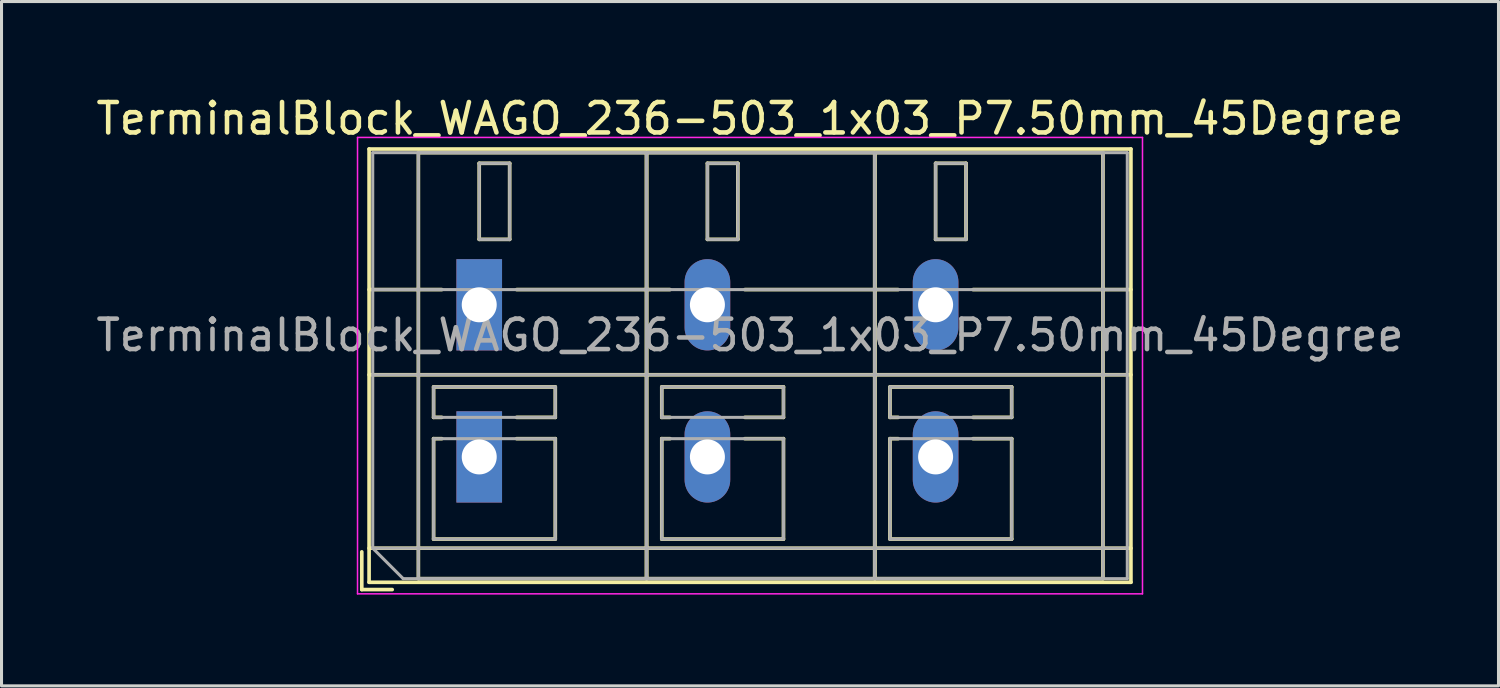
<source format=kicad_pcb>
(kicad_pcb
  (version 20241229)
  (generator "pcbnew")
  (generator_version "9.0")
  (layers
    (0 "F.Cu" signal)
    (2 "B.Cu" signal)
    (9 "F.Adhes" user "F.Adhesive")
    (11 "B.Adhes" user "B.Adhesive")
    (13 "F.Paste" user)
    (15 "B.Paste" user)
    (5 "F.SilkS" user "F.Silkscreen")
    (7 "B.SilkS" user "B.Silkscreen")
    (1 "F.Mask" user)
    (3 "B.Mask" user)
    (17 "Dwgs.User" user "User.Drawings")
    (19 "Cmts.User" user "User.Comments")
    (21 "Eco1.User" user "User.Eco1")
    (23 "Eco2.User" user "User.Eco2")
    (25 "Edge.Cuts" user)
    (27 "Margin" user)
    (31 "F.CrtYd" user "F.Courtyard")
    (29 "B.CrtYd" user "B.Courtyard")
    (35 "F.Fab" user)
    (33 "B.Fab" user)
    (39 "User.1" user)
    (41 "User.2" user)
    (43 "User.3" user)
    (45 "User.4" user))
  (footprint "TerminalBlock_WAGO_236-503_1x03_P7.50mm_45Degree"
    (layer "F.Cu")
    (at 12.701 6.968)
    (property "Reference" "TerminalBlock_WAGO_236-503_1x03_P7.50mm_45Degree" (at 8.9 -6.12 0) (layer "F.SilkS") (effects (font (size 1 1) (thickness 0.15))))
    (attr through_hole)
    (fp_line (start -3.86 8.12) (end -3.86 9.36) (stroke (width 0.12) (type solid)) (layer "F.SilkS"))
    (fp_line (start -3.86 9.36) (end -2.86 9.36) (stroke (width 0.12) (type solid)) (layer "F.SilkS"))
    (fp_line (start -3.62 -5.12) (end -3.62 9.12) (stroke (width 0.12) (type solid)) (layer "F.SilkS"))
    (fp_line (start -3.62 -5.12) (end 21.42 -5.12) (stroke (width 0.12) (type solid)) (layer "F.SilkS"))
    (fp_line (start -3.62 -0.5) (end -1.23 -0.5) (stroke (width 0.12) (type solid)) (layer "F.SilkS"))
    (fp_line (start -3.62 2.3) (end 21.42 2.3) (stroke (width 0.12) (type solid)) (layer "F.SilkS"))
    (fp_line (start -3.62 8) (end 21.42 8) (stroke (width 0.12) (type solid)) (layer "F.SilkS"))
    (fp_line (start -3.62 9.12) (end 21.42 9.12) (stroke (width 0.12) (type solid)) (layer "F.SilkS"))
    (fp_line (start -2 -5) (end -2 9) (stroke (width 0.12) (type solid)) (layer "F.SilkS"))
    (fp_line (start -2 -5) (end 5.5 -5) (stroke (width 0.12) (type solid)) (layer "F.SilkS"))
    (fp_line (start -2 9) (end 5.5 9) (stroke (width 0.12) (type solid)) (layer "F.SilkS"))
    (fp_line (start -1.5 2.7) (end -1.5 3.7) (stroke (width 0.12) (type solid)) (layer "F.SilkS"))
    (fp_line (start -1.5 2.7) (end 2.5 2.7) (stroke (width 0.12) (type solid)) (layer "F.SilkS"))
    (fp_line (start -1.5 3.7) (end -1.23 3.7) (stroke (width 0.12) (type solid)) (layer "F.SilkS"))
    (fp_line (start -1.5 4.4) (end -1.5 7.7) (stroke (width 0.12) (type solid)) (layer "F.SilkS"))
    (fp_line (start -1.5 4.4) (end -1.23 4.4) (stroke (width 0.12) (type solid)) (layer "F.SilkS"))
    (fp_line (start -1.5 7.7) (end 2.5 7.7) (stroke (width 0.12) (type solid)) (layer "F.SilkS"))
    (fp_line (start 0 -4.65) (end 0 -2.151) (stroke (width 0.12) (type solid)) (layer "F.SilkS"))
    (fp_line (start 0 -4.65) (end 1 -4.65) (stroke (width 0.12) (type solid)) (layer "F.SilkS"))
    (fp_line (start 0 -2.151) (end 1 -2.151) (stroke (width 0.12) (type solid)) (layer "F.SilkS"))
    (fp_line (start 1 -4.65) (end 1 -2.151) (stroke (width 0.12) (type solid)) (layer "F.SilkS"))
    (fp_line (start 1.23 -0.5) (end 6.27 -0.5) (stroke (width 0.12) (type solid)) (layer "F.SilkS"))
    (fp_line (start 1.23 3.7) (end 2.5 3.7) (stroke (width 0.12) (type solid)) (layer "F.SilkS"))
    (fp_line (start 1.23 4.4) (end 2.5 4.4) (stroke (width 0.12) (type solid)) (layer "F.SilkS"))
    (fp_line (start 2.5 2.7) (end 2.5 3.7) (stroke (width 0.12) (type solid)) (layer "F.SilkS"))
    (fp_line (start 2.5 4.4) (end 2.5 7.7) (stroke (width 0.12) (type solid)) (layer "F.SilkS"))
    (fp_line (start 5.5 -5) (end 5.5 9) (stroke (width 0.12) (type solid)) (layer "F.SilkS"))
    (fp_line (start 5.5 -5) (end 5.5 9) (stroke (width 0.12) (type solid)) (layer "F.SilkS"))
    (fp_line (start 5.5 -5) (end 13 -5) (stroke (width 0.12) (type solid)) (layer "F.SilkS"))
    (fp_line (start 5.5 9) (end 13 9) (stroke (width 0.12) (type solid)) (layer "F.SilkS"))
    (fp_line (start 6 2.7) (end 6 3.7) (stroke (width 0.12) (type solid)) (layer "F.SilkS"))
    (fp_line (start 6 2.7) (end 10 2.7) (stroke (width 0.12) (type solid)) (layer "F.SilkS"))
    (fp_line (start 6 3.7) (end 6.27 3.7) (stroke (width 0.12) (type solid)) (layer "F.SilkS"))
    (fp_line (start 6 4.4) (end 6 7.7) (stroke (width 0.12) (type solid)) (layer "F.SilkS"))
    (fp_line (start 6 4.4) (end 6.27 4.4) (stroke (width 0.12) (type solid)) (layer "F.SilkS"))
    (fp_line (start 6 7.7) (end 10 7.7) (stroke (width 0.12) (type solid)) (layer "F.SilkS"))
    (fp_line (start 7.5 -4.65) (end 7.5 -2.151) (stroke (width 0.12) (type solid)) (layer "F.SilkS"))
    (fp_line (start 7.5 -4.65) (end 8.5 -4.65) (stroke (width 0.12) (type solid)) (layer "F.SilkS"))
    (fp_line (start 7.5 -2.151) (end 8.5 -2.151) (stroke (width 0.12) (type solid)) (layer "F.SilkS"))
    (fp_line (start 8.5 -4.65) (end 8.5 -2.151) (stroke (width 0.12) (type solid)) (layer "F.SilkS"))
    (fp_line (start 8.73 -0.5) (end 13.77 -0.5) (stroke (width 0.12) (type solid)) (layer "F.SilkS"))
    (fp_line (start 8.73 3.7) (end 10 3.7) (stroke (width 0.12) (type solid)) (layer "F.SilkS"))
    (fp_line (start 8.73 4.4) (end 10 4.4) (stroke (width 0.12) (type solid)) (layer "F.SilkS"))
    (fp_line (start 10 2.7) (end 10 3.7) (stroke (width 0.12) (type solid)) (layer "F.SilkS"))
    (fp_line (start 10 4.4) (end 10 7.7) (stroke (width 0.12) (type solid)) (layer "F.SilkS"))
    (fp_line (start 13 -5) (end 13 9) (stroke (width 0.12) (type solid)) (layer "F.SilkS"))
    (fp_line (start 13 -5) (end 13 9) (stroke (width 0.12) (type solid)) (layer "F.SilkS"))
    (fp_line (start 13 -5) (end 20.5 -5) (stroke (width 0.12) (type solid)) (layer "F.SilkS"))
    (fp_line (start 13 9) (end 20.5 9) (stroke (width 0.12) (type solid)) (layer "F.SilkS"))
    (fp_line (start 13.5 2.7) (end 13.5 3.7) (stroke (width 0.12) (type solid)) (layer "F.SilkS"))
    (fp_line (start 13.5 2.7) (end 17.5 2.7) (stroke (width 0.12) (type solid)) (layer "F.SilkS"))
    (fp_line (start 13.5 3.7) (end 13.77 3.7) (stroke (width 0.12) (type solid)) (layer "F.SilkS"))
    (fp_line (start 13.5 4.4) (end 13.5 7.7) (stroke (width 0.12) (type solid)) (layer "F.SilkS"))
    (fp_line (start 13.5 4.4) (end 13.77 4.4) (stroke (width 0.12) (type solid)) (layer "F.SilkS"))
    (fp_line (start 13.5 7.7) (end 17.5 7.7) (stroke (width 0.12) (type solid)) (layer "F.SilkS"))
    (fp_line (start 15 -4.65) (end 15 -2.151) (stroke (width 0.12) (type solid)) (layer "F.SilkS"))
    (fp_line (start 15 -4.65) (end 16 -4.65) (stroke (width 0.12) (type solid)) (layer "F.SilkS"))
    (fp_line (start 15 -2.151) (end 16 -2.151) (stroke (width 0.12) (type solid)) (layer "F.SilkS"))
    (fp_line (start 16 -4.65) (end 16 -2.151) (stroke (width 0.12) (type solid)) (layer "F.SilkS"))
    (fp_line (start 16.23 -0.5) (end 21.42 -0.5) (stroke (width 0.12) (type solid)) (layer "F.SilkS"))
    (fp_line (start 16.23 3.7) (end 17.5 3.7) (stroke (width 0.12) (type solid)) (layer "F.SilkS"))
    (fp_line (start 16.23 4.4) (end 17.5 4.4) (stroke (width 0.12) (type solid)) (layer "F.SilkS"))
    (fp_line (start 17.5 2.7) (end 17.5 3.7) (stroke (width 0.12) (type solid)) (layer "F.SilkS"))
    (fp_line (start 17.5 4.4) (end 17.5 7.7) (stroke (width 0.12) (type solid)) (layer "F.SilkS"))
    (fp_line (start 20.5 -5) (end 20.5 9) (stroke (width 0.12) (type solid)) (layer "F.SilkS"))
    (fp_line (start 21.42 -5.12) (end 21.42 9.12) (stroke (width 0.12) (type solid)) (layer "F.SilkS"))
    (fp_line (start -4 -5.5) (end -4 9.5) (stroke (width 0.05) (type solid)) (layer "F.CrtYd"))
    (fp_line (start -4 9.5) (end 21.8 9.5) (stroke (width 0.05) (type solid)) (layer "F.CrtYd"))
    (fp_line (start 21.8 -5.5) (end -4 -5.5) (stroke (width 0.05) (type solid)) (layer "F.CrtYd"))
    (fp_line (start 21.8 9.5) (end 21.8 -5.5) (stroke (width 0.05) (type solid)) (layer "F.CrtYd"))
    (fp_line (start -3.5 -5) (end 21.3 -5) (stroke (width 0.1) (type solid)) (layer "F.Fab"))
    (fp_line (start -3.5 -0.5) (end 21.3 -0.5) (stroke (width 0.1) (type solid)) (layer "F.Fab"))
    (fp_line (start -3.5 2.3) (end 21.3 2.3) (stroke (width 0.1) (type solid)) (layer "F.Fab"))
    (fp_line (start -3.5 8) (end -3.5 -5) (stroke (width 0.1) (type solid)) (layer "F.Fab"))
    (fp_line (start -3.5 8) (end 21.3 8) (stroke (width 0.1) (type solid)) (layer "F.Fab"))
    (fp_line (start -2.5 9) (end -3.5 8) (stroke (width 0.1) (type solid)) (layer "F.Fab"))
    (fp_line (start -2 -5) (end -2 9) (stroke (width 0.1) (type solid)) (layer "F.Fab"))
    (fp_line (start -2 9) (end 5.5 9) (stroke (width 0.1) (type solid)) (layer "F.Fab"))
    (fp_line (start -1.5 2.7) (end -1.5 3.7) (stroke (width 0.1) (type solid)) (layer "F.Fab"))
    (fp_line (start -1.5 3.7) (end 2.5 3.7) (stroke (width 0.1) (type solid)) (layer "F.Fab"))
    (fp_line (start -1.5 4.4) (end -1.5 7.7) (stroke (width 0.1) (type solid)) (layer "F.Fab"))
    (fp_line (start -1.5 7.7) (end 2.5 7.7) (stroke (width 0.1) (type solid)) (layer "F.Fab"))
    (fp_line (start 0 -4.65) (end 0 -2.15) (stroke (width 0.1) (type solid)) (layer "F.Fab"))
    (fp_line (start 0 -2.15) (end 1 -2.15) (stroke (width 0.1) (type solid)) (layer "F.Fab"))
    (fp_line (start 1 -4.65) (end 0 -4.65) (stroke (width 0.1) (type solid)) (layer "F.Fab"))
    (fp_line (start 1 -2.15) (end 1 -4.65) (stroke (width 0.1) (type solid)) (layer "F.Fab"))
    (fp_line (start 2.5 2.7) (end -1.5 2.7) (stroke (width 0.1) (type solid)) (layer "F.Fab"))
    (fp_line (start 2.5 3.7) (end 2.5 2.7) (stroke (width 0.1) (type solid)) (layer "F.Fab"))
    (fp_line (start 2.5 4.4) (end -1.5 4.4) (stroke (width 0.1) (type solid)) (layer "F.Fab"))
    (fp_line (start 2.5 7.7) (end 2.5 4.4) (stroke (width 0.1) (type solid)) (layer "F.Fab"))
    (fp_line (start 5.5 -5) (end -2 -5) (stroke (width 0.1) (type solid)) (layer "F.Fab"))
    (fp_line (start 5.5 -5) (end 5.5 9) (stroke (width 0.1) (type solid)) (layer "F.Fab"))
    (fp_line (start 5.5 9) (end 5.5 -5) (stroke (width 0.1) (type solid)) (layer "F.Fab"))
    (fp_line (start 5.5 9) (end 13 9) (stroke (width 0.1) (type solid)) (layer "F.Fab"))
    (fp_line (start 6 2.7) (end 6 3.7) (stroke (width 0.1) (type solid)) (layer "F.Fab"))
    (fp_line (start 6 3.7) (end 10 3.7) (stroke (width 0.1) (type solid)) (layer "F.Fab"))
    (fp_line (start 6 4.4) (end 6 7.7) (stroke (width 0.1) (type solid)) (layer "F.Fab"))
    (fp_line (start 6 7.7) (end 10 7.7) (stroke (width 0.1) (type solid)) (layer "F.Fab"))
    (fp_line (start 7.5 -4.65) (end 7.5 -2.15) (stroke (width 0.1) (type solid)) (layer "F.Fab"))
    (fp_line (start 7.5 -2.15) (end 8.5 -2.15) (stroke (width 0.1) (type solid)) (layer "F.Fab"))
    (fp_line (start 8.5 -4.65) (end 7.5 -4.65) (stroke (width 0.1) (type solid)) (layer "F.Fab"))
    (fp_line (start 8.5 -2.15) (end 8.5 -4.65) (stroke (width 0.1) (type solid)) (layer "F.Fab"))
    (fp_line (start 10 2.7) (end 6 2.7) (stroke (width 0.1) (type solid)) (layer "F.Fab"))
    (fp_line (start 10 3.7) (end 10 2.7) (stroke (width 0.1) (type solid)) (layer "F.Fab"))
    (fp_line (start 10 4.4) (end 6 4.4) (stroke (width 0.1) (type solid)) (layer "F.Fab"))
    (fp_line (start 10 7.7) (end 10 4.4) (stroke (width 0.1) (type solid)) (layer "F.Fab"))
    (fp_line (start 13 -5) (end 5.5 -5) (stroke (width 0.1) (type solid)) (layer "F.Fab"))
    (fp_line (start 13 -5) (end 13 9) (stroke (width 0.1) (type solid)) (layer "F.Fab"))
    (fp_line (start 13 9) (end 13 -5) (stroke (width 0.1) (type solid)) (layer "F.Fab"))
    (fp_line (start 13 9) (end 20.5 9) (stroke (width 0.1) (type solid)) (layer "F.Fab"))
    (fp_line (start 13.5 2.7) (end 13.5 3.7) (stroke (width 0.1) (type solid)) (layer "F.Fab"))
    (fp_line (start 13.5 3.7) (end 17.5 3.7) (stroke (width 0.1) (type solid)) (layer "F.Fab"))
    (fp_line (start 13.5 4.4) (end 13.5 7.7) (stroke (width 0.1) (type solid)) (layer "F.Fab"))
    (fp_line (start 13.5 7.7) (end 17.5 7.7) (stroke (width 0.1) (type solid)) (layer "F.Fab"))
    (fp_line (start 15 -4.65) (end 15 -2.15) (stroke (width 0.1) (type solid)) (layer "F.Fab"))
    (fp_line (start 15 -2.15) (end 16 -2.15) (stroke (width 0.1) (type solid)) (layer "F.Fab"))
    (fp_line (start 16 -4.65) (end 15 -4.65) (stroke (width 0.1) (type solid)) (layer "F.Fab"))
    (fp_line (start 16 -2.15) (end 16 -4.65) (stroke (width 0.1) (type solid)) (layer "F.Fab"))
    (fp_line (start 17.5 2.7) (end 13.5 2.7) (stroke (width 0.1) (type solid)) (layer "F.Fab"))
    (fp_line (start 17.5 3.7) (end 17.5 2.7) (stroke (width 0.1) (type solid)) (layer "F.Fab"))
    (fp_line (start 17.5 4.4) (end 13.5 4.4) (stroke (width 0.1) (type solid)) (layer "F.Fab"))
    (fp_line (start 17.5 7.7) (end 17.5 4.4) (stroke (width 0.1) (type solid)) (layer "F.Fab"))
    (fp_line (start 20.5 -5) (end 13 -5) (stroke (width 0.1) (type solid)) (layer "F.Fab"))
    (fp_line (start 20.5 9) (end 20.5 -5) (stroke (width 0.1) (type solid)) (layer "F.Fab"))
    (fp_line (start 21.3 -5) (end 21.3 9) (stroke (width 0.1) (type solid)) (layer "F.Fab"))
    (fp_line (start 21.3 9) (end -2.5 9) (stroke (width 0.1) (type solid)) (layer "F.Fab"))
    (fp_text user "${REFERENCE}" (at 8.9 1 0) (layer "F.Fab") (effects (font (size 1 1) (thickness 0.15))))
    (pad "1" thru_hole rect (at 0 0) (size 1.5 3) (drill 1.15) (layers "*.Cu" "*.Mask"))
    (pad "1" thru_hole rect (at 0 5) (size 1.5 3) (drill 1.15) (layers "*.Cu" "*.Mask"))
    (pad "2" thru_hole oval (at 7.5 0) (size 1.5 3) (drill 1.15) (layers "*.Cu" "*.Mask"))
    (pad "2" thru_hole oval (at 7.5 5) (size 1.5 3) (drill 1.15) (layers "*.Cu" "*.Mask"))
    (pad "3" thru_hole oval (at 15 0) (size 1.5 3) (drill 1.15) (layers "*.Cu" "*.Mask"))
    (pad "3" thru_hole oval (at 15 5) (size 1.5 3) (drill 1.15) (layers "*.Cu" "*.Mask")))
  (gr_rect
    (start -3 -3)
    (end 46.202 19.493)
    (stroke (width 0.1) (type default))
    (fill no)
    (layer "Edge.Cuts")))
</source>
